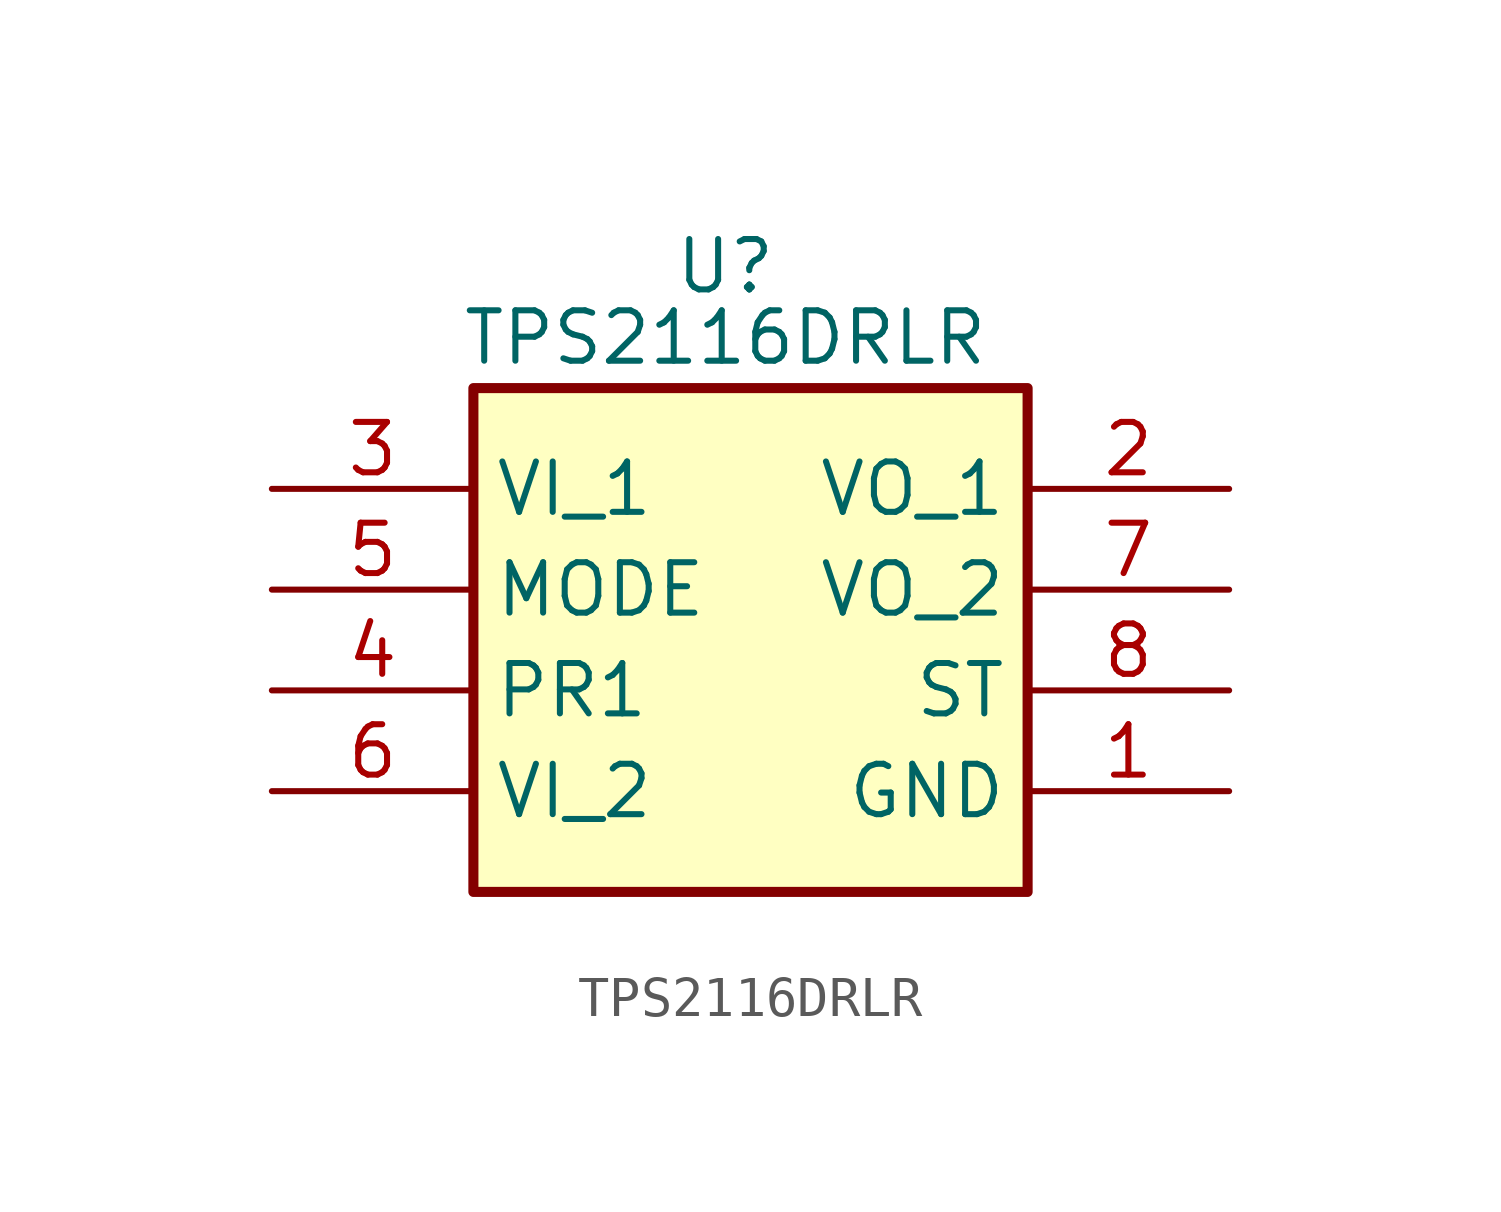
<source format=kicad_sym>
(kicad_symbol_lib
  (version 20220914)
  (generator kicad_symbol_editor)
  (symbol "TPS2116DRLR"
    (property "Reference" "U"
      (at 11.43 6.35 0)
      (effects (font (size 1.27 1.27)) (justify top)))
    (property "Value" "TPS2116DRLR"
      (at 11.43 3.81 0)
      (effects (font (size 1.27 1.27))))
    (symbol "TPS2116DRLR_1_1"
      (rectangle (start 5.08 2.54) (end 19.05 -10.16) (stroke (width 0.254) (type default)) (fill (type background)))
      (pin passive line (at 24.13 -7.62 180) (length 5.08) (name "GND" (effects (font (size 1.27 1.27)))) (number "1" (effects (font (size 1.27 1.27)))))
      (pin passive line (at 24.13 0 180) (length 5.08) (name "VO_1" (effects (font (size 1.27 1.27)))) (number "2" (effects (font (size 1.27 1.27)))))
      (pin passive line (at 0 0 0) (length 5.08) (name "VI_1" (effects (font (size 1.27 1.27)))) (number "3" (effects (font (size 1.27 1.27)))))
      (pin passive line (at 0 -5.08 0) (length 5.08) (name "PR1" (effects (font (size 1.27 1.27)))) (number "4" (effects (font (size 1.27 1.27)))))
      (pin passive line (at 0 -2.54 0) (length 5.08) (name "MODE" (effects (font (size 1.27 1.27)))) (number "5" (effects (font (size 1.27 1.27)))))
      (pin passive line (at 0 -7.62 0) (length 5.08) (name "VI_2" (effects (font (size 1.27 1.27)))) (number "6" (effects (font (size 1.27 1.27)))))
      (pin passive line (at 24.13 -2.54 180) (length 5.08) (name "VO_2" (effects (font (size 1.27 1.27)))) (number "7" (effects (font (size 1.27 1.27)))))
      (pin passive line (at 24.13 -5.08 180) (length 5.08) (name "ST" (effects (font (size 1.27 1.27)))) (number "8" (effects (font (size 1.27 1.27))))))))
</source>
